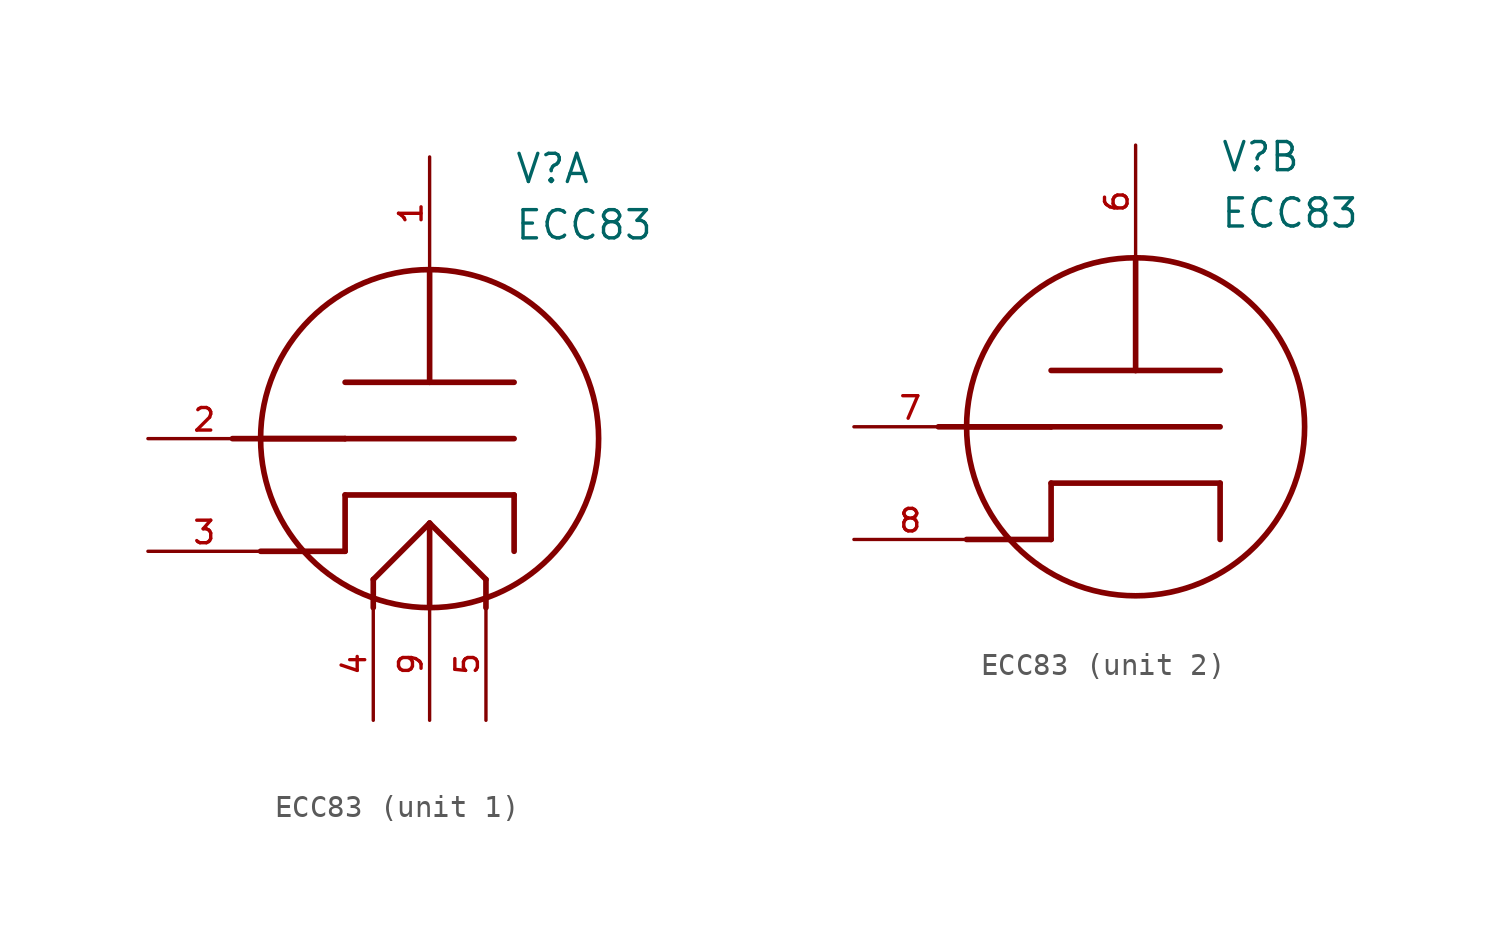
<source format=kicad_sym>
(kicad_symbol_lib
  (version 20211014)
  (generator kicad_symbol_editor)
  (symbol "ECC83"
    (pin_names
      (offset 1.016))
    (property "Reference" "V"
      (at 3.81 11.43 0)
      (effects (font (size 1.27 1.27)) (justify bottom left)))
    (property "Value" "ECC83"
      (at 3.81 8.89 0)
      (effects (font (size 1.27 1.27)) (justify bottom left)))
    (symbol "ECC83_1_0"
      (polyline (pts (xy -3.81 2.54) (xy 0.0 2.54)) (stroke (width 0.254)))
      (polyline (pts (xy 0.0 2.54) (xy 3.81 2.54)) (stroke (width 0.254)))
      (polyline (pts (xy 0.0 7.62) (xy 0.0 2.54)) (stroke (width 0.254)))
      (polyline (pts (xy -7.62 -5.08) (xy -3.81 -5.08)) (stroke (width 0.254)))
      (polyline (pts (xy -3.81 -5.08) (xy -3.81 -2.54)) (stroke (width 0.254)))
      (polyline (pts (xy -3.81 -2.54) (xy 3.81 -2.54)) (stroke (width 0.254)))
      (polyline (pts (xy 3.81 -2.54) (xy 3.81 -5.08)) (stroke (width 0.254)))
      (polyline (pts (xy -2.54 -7.62) (xy -2.54 -6.35)) (stroke (width 0.254)))
      (polyline (pts (xy -2.54 -6.35) (xy 0.0 -3.81)) (stroke (width 0.254)))
      (polyline (pts (xy 0.0 -3.81) (xy 2.54 -6.35)) (stroke (width 0.254)))
      (polyline (pts (xy 2.54 -6.35) (xy 2.54 -7.62)) (stroke (width 0.254)))
      (polyline (pts (xy 0.0 -7.62) (xy 0.0 -3.81)) (stroke (width 0.254)))
      (polyline (pts (xy -7.62 0.0) (xy -3.81 0.0)) (stroke (width 0.254)))
      (polyline (pts (xy -3.81 0.0) (xy 3.81 0.0)) (stroke (width 0.254)))
      (polyline (pts (xy -8.89 0.0) (xy -3.81 0.0)) (stroke (width 0.254)))
      (circle (center 0.0 0.0) (radius 7.62) (stroke (width 0.254)) (fill (type none)))
      (pin passive line (at -12.7 0.0 0) (length 5.08) (name "~" (effects (font (size 1.016 1.016)))) (number "2" (effects (font (size 1.016 1.016)))))
      (pin passive line (at 0.0 12.7 270.0) (length 5.08) (name "~" (effects (font (size 1.016 1.016)))) (number "1" (effects (font (size 1.016 1.016)))))
      (pin passive line (at -12.7 -5.08 0) (length 5.08) (name "~" (effects (font (size 1.016 1.016)))) (number "3" (effects (font (size 1.016 1.016)))))
      (pin passive line (at -2.54 -12.7 90.0) (length 5.08) (name "~" (effects (font (size 1.016 1.016)))) (number "4" (effects (font (size 1.016 1.016)))))
      (pin passive line (at 0.0 -12.7 90.0) (length 5.08) (name "~" (effects (font (size 1.016 1.016)))) (number "9" (effects (font (size 1.016 1.016)))))
      (pin passive line (at 2.54 -12.7 90.0) (length 5.08) (name "~" (effects (font (size 1.016 1.016)))) (number "5" (effects (font (size 1.016 1.016))))))
    (symbol "ECC83_2_0"
      (polyline (pts (xy -3.81 2.54) (xy 0.0 2.54)) (stroke (width 0.254)))
      (polyline (pts (xy 0.0 2.54) (xy 3.81 2.54)) (stroke (width 0.254)))
      (polyline (pts (xy 0.0 7.62) (xy 0.0 2.54)) (stroke (width 0.254)))
      (polyline (pts (xy -7.62 -5.08) (xy -3.81 -5.08)) (stroke (width 0.254)))
      (polyline (pts (xy -3.81 -5.08) (xy -3.81 -2.54)) (stroke (width 0.254)))
      (polyline (pts (xy -3.81 -2.54) (xy 3.81 -2.54)) (stroke (width 0.254)))
      (polyline (pts (xy 3.81 -2.54) (xy 3.81 -5.08)) (stroke (width 0.254)))
      (polyline (pts (xy -7.62 0.0) (xy -3.81 0.0)) (stroke (width 0.254)))
      (polyline (pts (xy -3.81 0.0) (xy 3.81 0.0)) (stroke (width 0.254)))
      (polyline (pts (xy -8.89 0.0) (xy -3.81 0.0)) (stroke (width 0.254)))
      (circle (center 0.0 0.0) (radius 7.62) (stroke (width 0.254)) (fill (type none)))
      (pin passive line (at -12.7 0.0 0) (length 5.08) (name "~" (effects (font (size 1.016 1.016)))) (number "7" (effects (font (size 1.016 1.016)))))
      (pin passive line (at 0.0 12.7 270.0) (length 5.08) (name "~" (effects (font (size 1.016 1.016)))) (number "6" (effects (font (size 1.016 1.016)))))
      (pin passive line (at -12.7 -5.08 0) (length 5.08) (name "~" (effects (font (size 1.016 1.016)))) (number "8" (effects (font (size 1.016 1.016))))))))
</source>
